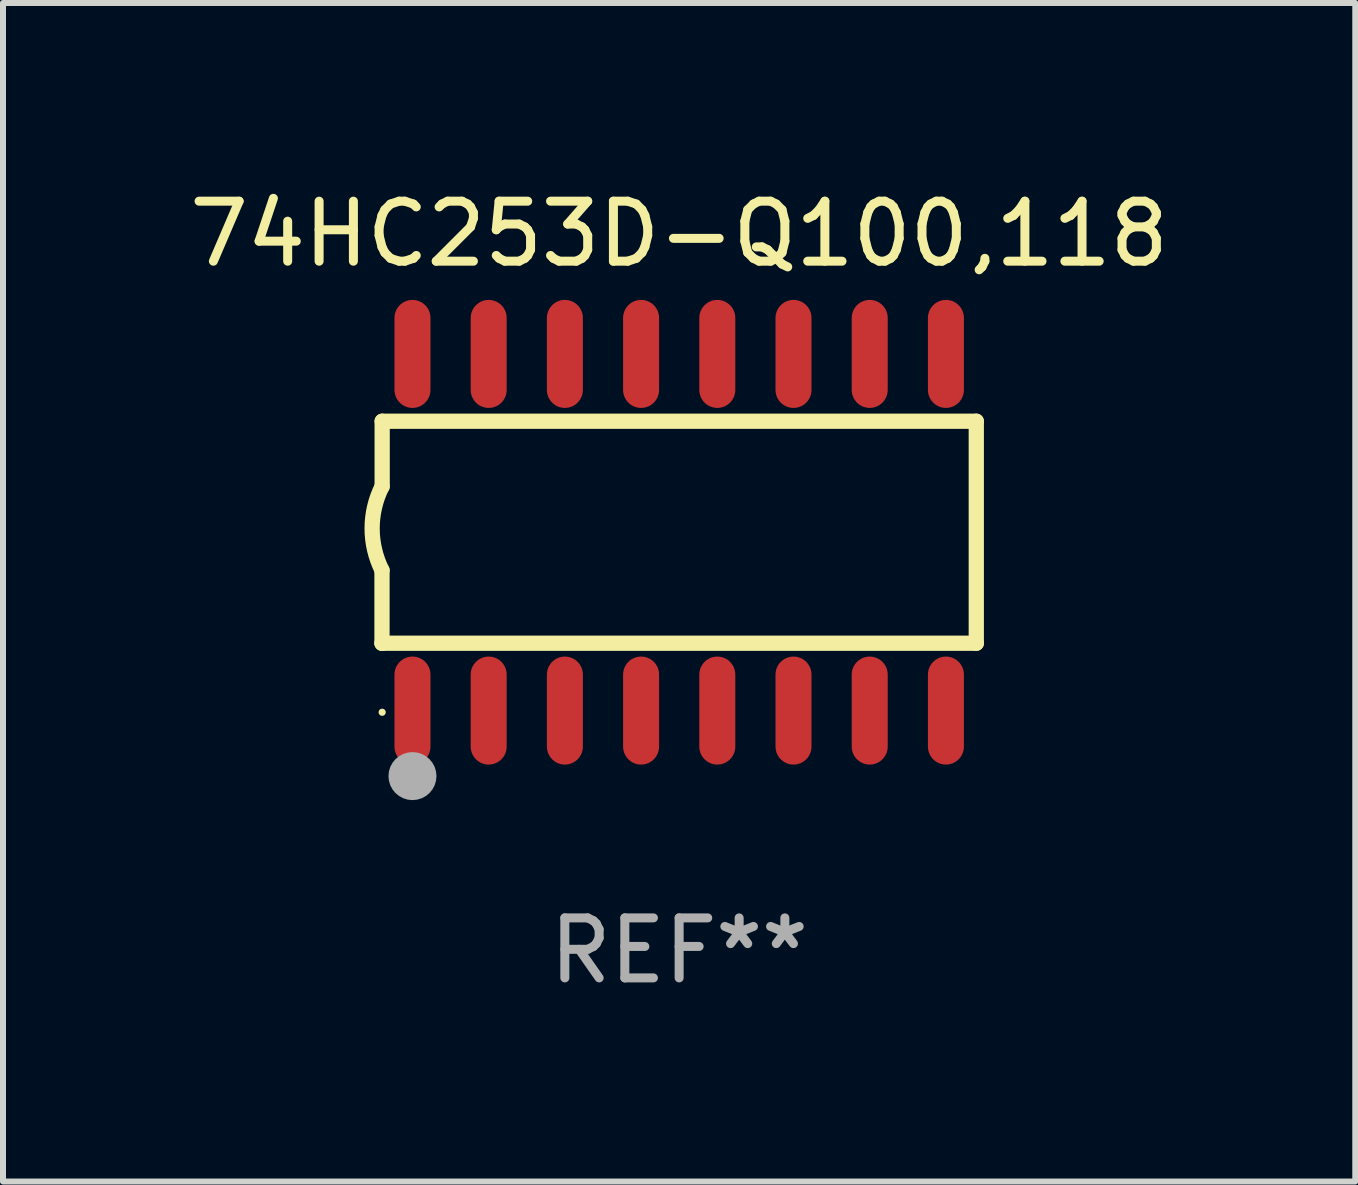
<source format=kicad_pcb>
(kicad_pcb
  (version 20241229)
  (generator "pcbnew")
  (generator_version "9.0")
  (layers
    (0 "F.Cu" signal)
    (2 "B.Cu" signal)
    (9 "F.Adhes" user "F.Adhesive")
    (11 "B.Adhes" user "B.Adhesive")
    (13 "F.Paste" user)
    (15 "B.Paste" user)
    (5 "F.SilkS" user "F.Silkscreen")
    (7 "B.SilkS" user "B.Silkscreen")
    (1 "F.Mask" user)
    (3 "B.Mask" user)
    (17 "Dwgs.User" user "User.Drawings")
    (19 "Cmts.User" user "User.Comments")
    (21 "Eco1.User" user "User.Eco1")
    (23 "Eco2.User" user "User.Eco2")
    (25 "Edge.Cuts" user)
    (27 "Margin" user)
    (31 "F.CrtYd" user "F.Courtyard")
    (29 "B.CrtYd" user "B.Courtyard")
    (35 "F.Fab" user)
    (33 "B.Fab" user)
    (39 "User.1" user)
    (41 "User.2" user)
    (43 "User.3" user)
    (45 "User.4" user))
  (footprint "74HC253D-Q100,118"
    (layer "F.Cu")
    (at 8.268 5.82)
    (property "Reference" "74HC253D-Q100,118" (at 0 -4.972 0) (layer "F.SilkS") (effects (font (size 1 1) (thickness 0.15))))
    (attr through_hole)
    (fp_line (start -4.952 0.635) (end -4.952 1.85) (stroke (width 0.254) (type solid)) (layer "F.SilkS"))
    (fp_line (start -4.952 1.85) (end -4.949 1.85) (stroke (width 0.254) (type solid)) (layer "F.SilkS"))
    (fp_line (start -4.949 -1.85) (end -4.949 -0.762) (stroke (width 0.254) (type solid)) (layer "F.SilkS"))
    (fp_line (start -4.949 1.85) (end 4.952 1.85) (stroke (width 0.254) (type solid)) (layer "F.SilkS"))
    (fp_line (start 4.952 -1.85) (end -4.949 -1.85) (stroke (width 0.254) (type solid)) (layer "F.SilkS"))
    (fp_line (start 4.952 1.85) (end 4.952 -1.85) (stroke (width 0.254) (type solid)) (layer "F.SilkS"))
    (fp_arc (start -4.951524 0.635001) (mid -5.116418 -0.0635) (end -4.951524 -0.762002) (stroke (width 0.254001) (type solid)) (layer "F.SilkS"))
    (fp_circle (center -4.949 3) (end -4.919 3) (stroke (width 0.06) (type solid)) (fill no) (layer "F.SilkS"))
    (fp_circle (center -4.444 4.064) (end -4.244 4.064) (stroke (width 0.4) (type solid)) (fill no) (layer "F.Fab"))
    (fp_text user "REF**" (at 0 6.972 0) (layer "F.Fab") (effects (font (size 1 1) (thickness 0.15))))
    (pad "1" smd oval (at -4.444 2.972 180) (size 0.6 1.8) (layers "F.Cu" "F.Mask" "F.Paste"))
    (pad "2" smd oval (at -3.174 2.972 180) (size 0.6 1.8) (layers "F.Cu" "F.Mask" "F.Paste"))
    (pad "3" smd oval (at -1.904 2.972 180) (size 0.6 1.8) (layers "F.Cu" "F.Mask" "F.Paste"))
    (pad "4" smd oval (at -0.634 2.972 180) (size 0.6 1.8) (layers "F.Cu" "F.Mask" "F.Paste"))
    (pad "5" smd oval (at 0.636 2.972 180) (size 0.6 1.8) (layers "F.Cu" "F.Mask" "F.Paste"))
    (pad "6" smd oval (at 1.906 2.972 180) (size 0.6 1.8) (layers "F.Cu" "F.Mask" "F.Paste"))
    (pad "7" smd oval (at 3.176 2.972 180) (size 0.6 1.8) (layers "F.Cu" "F.Mask" "F.Paste"))
    (pad "8" smd oval (at 4.446 2.972 180) (size 0.6 1.8) (layers "F.Cu" "F.Mask" "F.Paste"))
    (pad "9" smd oval (at 4.446 -2.972 180) (size 0.6 1.8) (layers "F.Cu" "F.Mask" "F.Paste"))
    (pad "10" smd oval (at 3.176 -2.972 180) (size 0.6 1.8) (layers "F.Cu" "F.Mask" "F.Paste"))
    (pad "11" smd oval (at 1.906 -2.972 180) (size 0.6 1.8) (layers "F.Cu" "F.Mask" "F.Paste"))
    (pad "12" smd oval (at 0.636 -2.972 180) (size 0.6 1.8) (layers "F.Cu" "F.Mask" "F.Paste"))
    (pad "13" smd oval (at -0.634 -2.972 180) (size 0.6 1.8) (layers "F.Cu" "F.Mask" "F.Paste"))
    (pad "14" smd oval (at -1.904 -2.972 180) (size 0.6 1.8) (layers "F.Cu" "F.Mask" "F.Paste"))
    (pad "15" smd oval (at -3.174 -2.972 180) (size 0.6 1.8) (layers "F.Cu" "F.Mask" "F.Paste"))
    (pad "16" smd oval (at -4.444 -2.972 180) (size 0.6 1.8) (layers "F.Cu" "F.Mask" "F.Paste")))
  (gr_rect
    (start -3 -3)
    (end 19.536 16.64)
    (stroke (width 0.1) (type default))
    (fill no)
    (layer "Edge.Cuts")))
</source>
